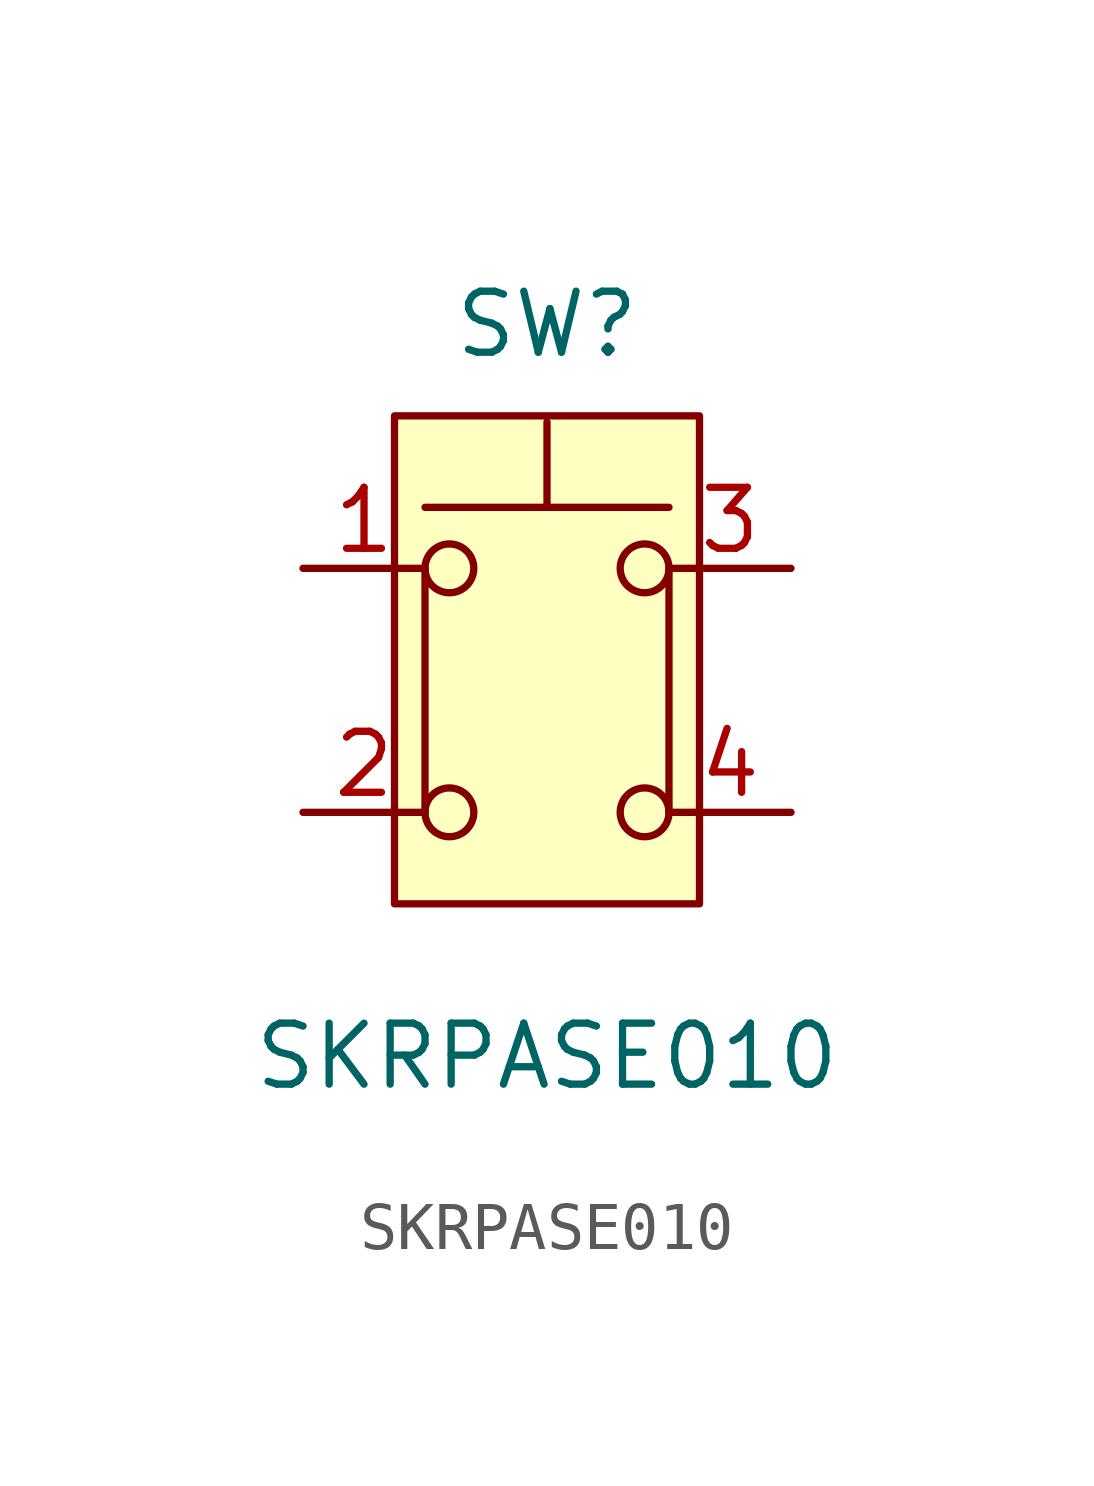
<source format=kicad_sym>
(kicad_symbol_lib
  (version 20220914)
  (generator kicad_symbol_editor)
  (symbol "SKRPASE010"
    (pin_names hide)
    (property "Reference" "SW"
      (at 0 7.62 0)
      (effects (font (size 1.27 1.27))))
    (property "Value" "SKRPASE010"
      (at 0 -7.62 0)
      (effects (font (size 1.27 1.27))))
    (symbol "SKRPASE010_0_1"
      (circle (center -2.032 -2.54) (radius 0.508) (stroke (width 0) (type default)) (fill (type none)))
      (circle (center -2.032 2.54) (radius 0.508) (stroke (width 0) (type default)) (fill (type none)))
      (polyline (pts (xy -2.54 2.54) (xy -2.54 -2.54)) (stroke (width 0) (type default)) (fill (type none)))
      (polyline (pts (xy 0 3.81) (xy 0 5.588)) (stroke (width 0) (type default)) (fill (type none)))
      (polyline (pts (xy 2.54 2.54) (xy 2.54 -2.54)) (stroke (width 0) (type default)) (fill (type none)))
      (polyline (pts (xy 2.54 3.81) (xy -2.54 3.81)) (stroke (width 0) (type default)) (fill (type none)))
      (circle (center 2.032 -2.54) (radius 0.508) (stroke (width 0) (type default)) (fill (type none)))
      (circle (center 2.032 2.54) (radius 0.508) (stroke (width 0) (type default)) (fill (type none)))
      (pin passive line (at -5.08 2.54 0) (length 2.54) (name "1" (effects (font (size 1.27 1.27)))) (number "1" (effects (font (size 1.27 1.27)))))
      (pin passive line (at 5.08 -2.54 180) (length 2.54) (name "4" (effects (font (size 1.27 1.27)))) (number "4" (effects (font (size 1.27 1.27))))))
    (symbol "SKRPASE010_1_1"
      (rectangle (start -3.175 5.715) (end 3.175 -4.445) (stroke (width 0) (type default)) (fill (type background)))
      (pin passive line (at -5.08 -2.54 0) (length 2.54) (name "2" (effects (font (size 1.27 1.27)))) (number "2" (effects (font (size 1.27 1.27)))))
      (pin passive line (at 5.08 2.54 180) (length 2.54) (name "3" (effects (font (size 1.27 1.27)))) (number "3" (effects (font (size 1.27 1.27))))))))
</source>
